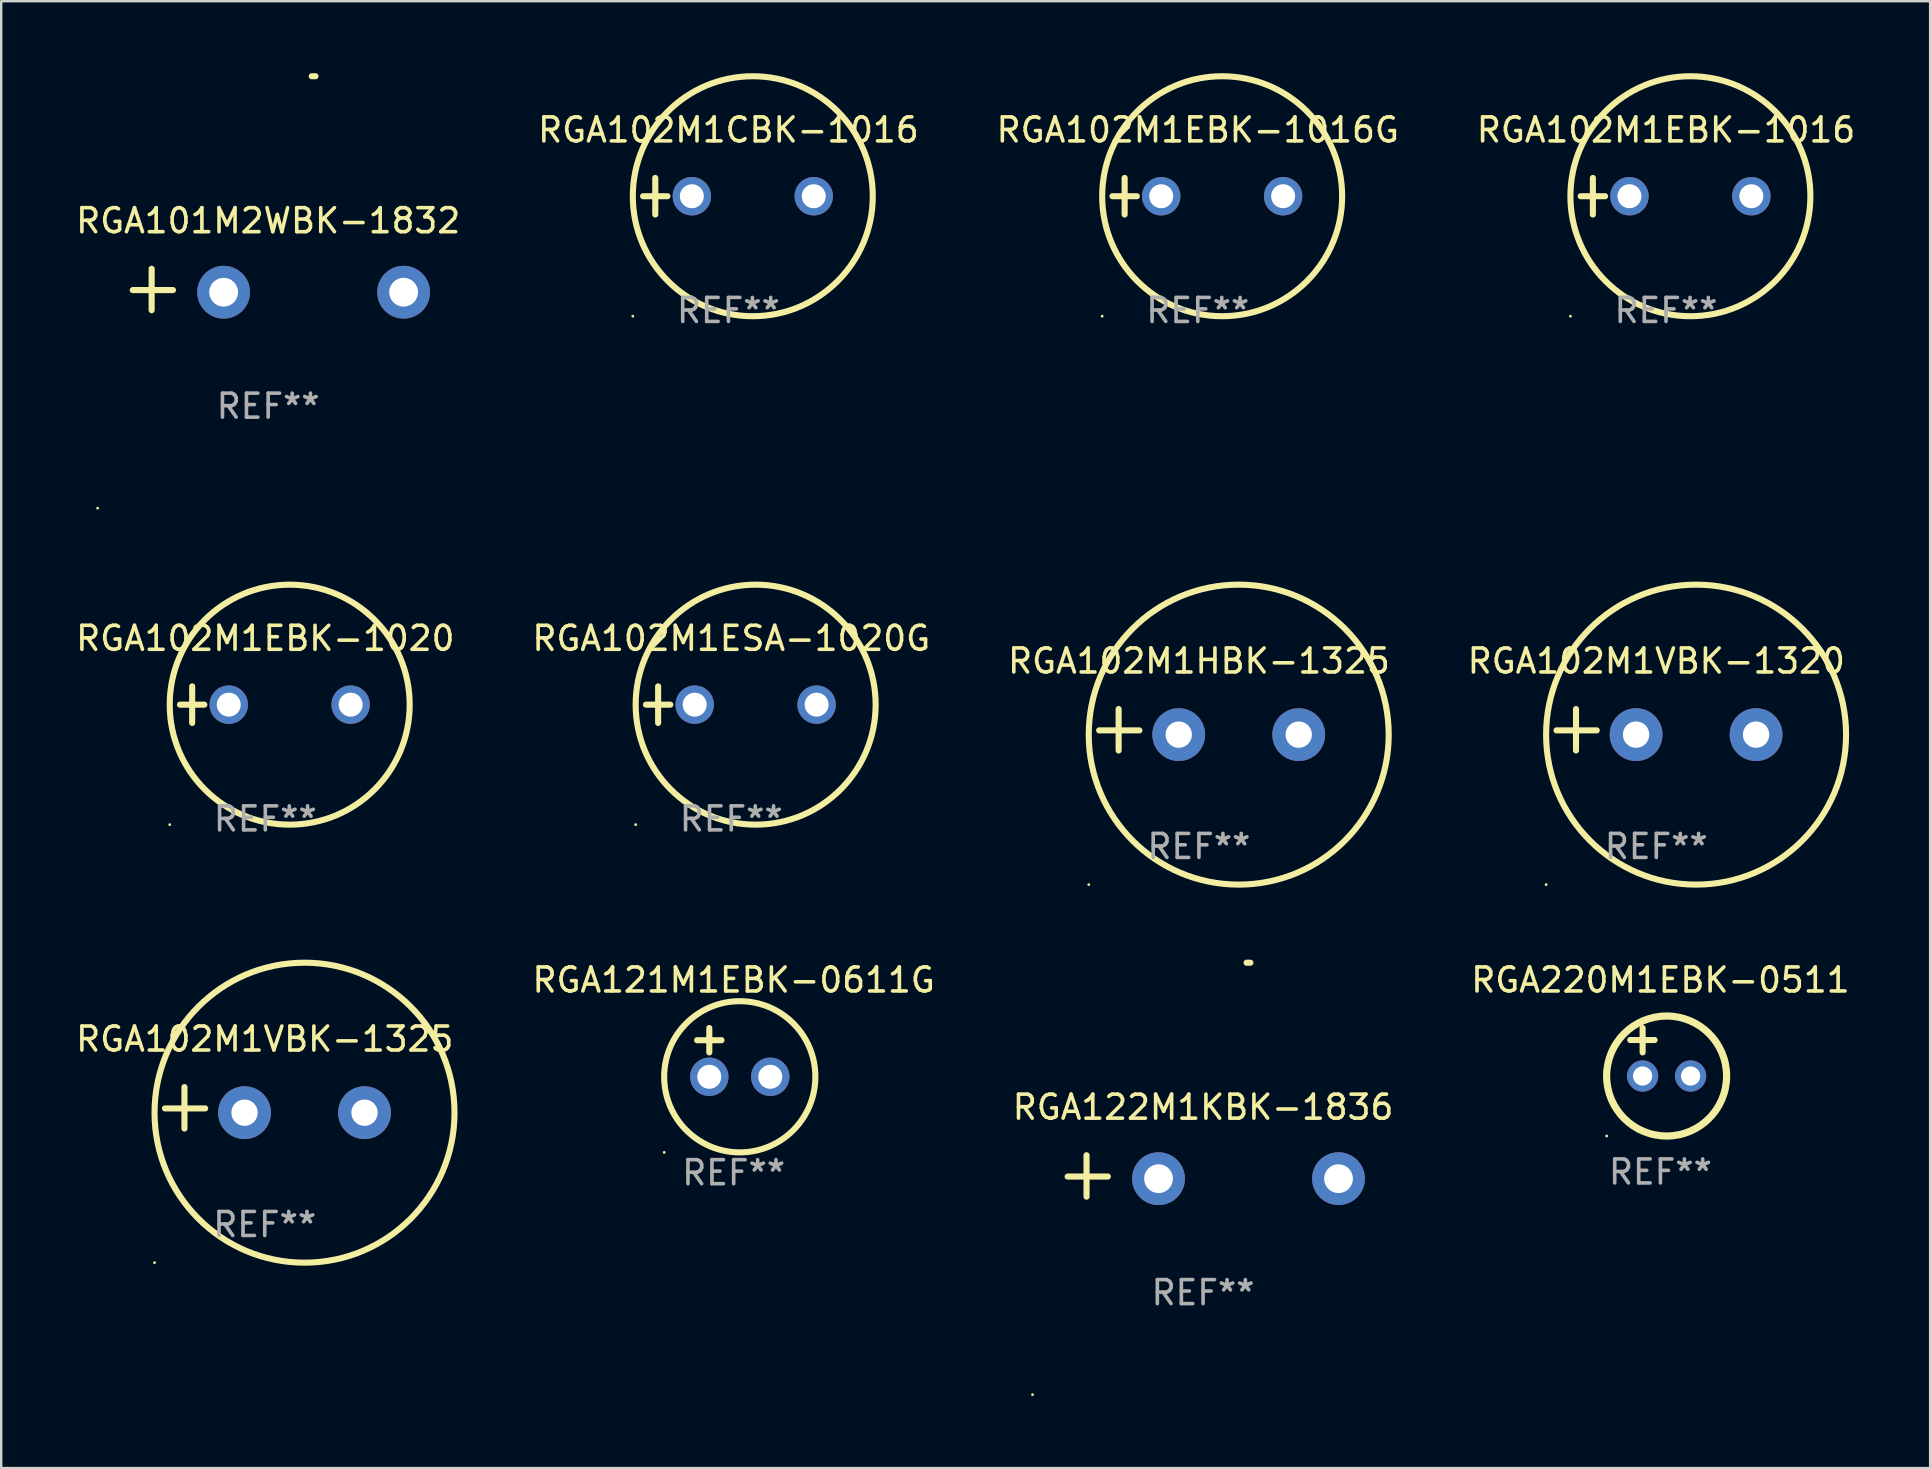
<source format=kicad_pcb>
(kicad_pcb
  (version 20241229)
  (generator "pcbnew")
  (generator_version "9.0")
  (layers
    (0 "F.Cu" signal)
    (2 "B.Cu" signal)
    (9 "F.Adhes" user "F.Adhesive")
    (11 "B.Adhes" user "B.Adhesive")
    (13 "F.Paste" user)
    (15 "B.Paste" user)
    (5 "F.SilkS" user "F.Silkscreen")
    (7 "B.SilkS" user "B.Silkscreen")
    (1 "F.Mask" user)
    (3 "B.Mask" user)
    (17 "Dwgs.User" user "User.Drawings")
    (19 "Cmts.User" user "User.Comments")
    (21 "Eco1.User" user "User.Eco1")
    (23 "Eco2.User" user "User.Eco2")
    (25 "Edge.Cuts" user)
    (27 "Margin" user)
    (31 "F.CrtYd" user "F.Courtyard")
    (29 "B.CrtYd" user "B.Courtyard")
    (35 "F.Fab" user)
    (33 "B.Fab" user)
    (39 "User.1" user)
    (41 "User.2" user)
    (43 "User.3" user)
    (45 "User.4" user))
  (footprint "RGA102M1EBK-1016G"
    (layer "F.Cu")
    (at 46.863 5.127)
    (property "Reference" "RGA102M1EBK-1016G" (at 0 -2.762 0) (layer "F.SilkS") (effects (font (size 1 1) (thickness 0.15))))
    (attr through_hole)
    (fp_line (start -3.556 0) (end -2.54 0) (stroke (width 0.254) (type solid)) (layer "F.SilkS"))
    (fp_line (start -3.048 -0.762) (end -3.048 0.762) (stroke (width 0.254) (type solid)) (layer "F.SilkS"))
    (fp_circle (center -3.984 5) (end -3.954 5) (stroke (width 0.06) (type solid)) (fill no) (layer "F.SilkS"))
    (fp_circle (center 1.016 0) (end 6.016 0) (stroke (width 0.254) (type solid)) (fill no) (layer "F.SilkS"))
    (fp_text user "REF**" (at 0 4.762 0) (layer "F.Fab") (effects (font (size 1 1) (thickness 0.15))))
    (pad "1" thru_hole circle (at -1.524 0) (size 1.6 1.6) (drill 1) (layers "*.Cu" "*.Mask"))
    (pad "2" thru_hole circle (at 3.556 0) (size 1.6 1.6) (drill 1) (layers "*.Cu" "*.Mask")))
  (footprint "RGA102M1CBK-1016"
    (layer "F.Cu")
    (at 27.304 5.127)
    (property "Reference" "RGA102M1CBK-1016" (at 0 -2.762 0) (layer "F.SilkS") (effects (font (size 1 1) (thickness 0.15))))
    (attr through_hole)
    (fp_line (start -3.556 0) (end -2.54 0) (stroke (width 0.254) (type solid)) (layer "F.SilkS"))
    (fp_line (start -3.048 -0.762) (end -3.048 0.762) (stroke (width 0.254) (type solid)) (layer "F.SilkS"))
    (fp_circle (center -3.984 5) (end -3.954 5) (stroke (width 0.06) (type solid)) (fill no) (layer "F.SilkS"))
    (fp_circle (center 1.016 0) (end 6.016 0) (stroke (width 0.254) (type solid)) (fill no) (layer "F.SilkS"))
    (fp_text user "REF**" (at 0 4.762 0) (layer "F.Fab") (effects (font (size 1 1) (thickness 0.15))))
    (pad "1" thru_hole circle (at -1.524 0) (size 1.6 1.6) (drill 1) (layers "*.Cu" "*.Mask"))
    (pad "2" thru_hole circle (at 3.556 0) (size 1.6 1.6) (drill 1) (layers "*.Cu" "*.Mask")))
  (footprint "RGA102M1VBK-1320"
    (layer "F.Cu")
    (at 65.97 27.36)
    (property "Reference" "RGA102M1VBK-1320" (at 0 -2.864 0) (layer "F.SilkS") (effects (font (size 1 1) (thickness 0.15))))
    (attr through_hole)
    (fp_line (start -3.346 0.864) (end -3.346 -0.864) (stroke (width 0.254) (type solid)) (layer "F.SilkS"))
    (fp_line (start -2.482 0.025) (end -4.158 0.025) (stroke (width 0.254) (type solid)) (layer "F.SilkS"))
    (fp_circle (center -4.592 6.453) (end -4.562 6.453) (stroke (width 0.06) (type solid)) (fill no) (layer "F.SilkS"))
    (fp_circle (center 1.658 0.203) (end 7.908 0.203) (stroke (width 0.254) (type solid)) (fill no) (layer "F.SilkS"))
    (fp_text user "REF**" (at 0 4.864 0) (layer "F.Fab") (effects (font (size 1 1) (thickness 0.15))))
    (pad "1" thru_hole circle (at -0.842 0.203) (size 2.2 2.2) (drill 1.1) (layers "*.Cu" "*.Mask"))
    (pad "2" thru_hole circle (at 4.158 0.203) (size 2.2 2.2) (drill 1.1) (layers "*.Cu" "*.Mask")))
  (footprint "RGA122M1KBK-1836"
    (layer "F.Cu")
    (at 47.083 45.953)
    (property "Reference" "RGA122M1KBK-1836" (at 0 -2.864 0) (layer "F.SilkS") (effects (font (size 1 1) (thickness 0.15))))
    (attr through_hole)
    (fp_line (start -4.856 0.864) (end -4.856 -0.864) (stroke (width 0.254) (type solid)) (layer "F.SilkS"))
    (fp_line (start -3.967 0.025) (end -5.644 0.025) (stroke (width 0.254) (type solid)) (layer "F.SilkS"))
    (fp_arc (start 1.815024 -8.885649) (mid 1.893764 -8.88599) (end 1.972504 -8.885649) (stroke (width 0.254001) (type solid)) (layer "F.SilkS"))
    (fp_circle (center -7.106 9.114) (end -7.076 9.114) (stroke (width 0.06) (type solid)) (fill no) (layer "F.SilkS"))
    (fp_text user "REF**" (at 0 4.864 0) (layer "F.Fab") (effects (font (size 1 1) (thickness 0.15))))
    (pad "1" thru_hole circle (at -1.856 0.114) (size 2.2 2.2) (drill 1.2) (layers "*.Cu" "*.Mask"))
    (pad "2" thru_hole circle (at 5.644 0.114) (size 2.2 2.2) (drill 1.2) (layers "*.Cu" "*.Mask")))
  (footprint "RGA102M1EBK-1016"
    (layer "F.Cu")
    (at 66.375 5.127)
    (property "Reference" "RGA102M1EBK-1016" (at 0 -2.762 0) (layer "F.SilkS") (effects (font (size 1 1) (thickness 0.15))))
    (attr through_hole)
    (fp_line (start -3.556 0) (end -2.54 0) (stroke (width 0.254) (type solid)) (layer "F.SilkS"))
    (fp_line (start -3.048 -0.762) (end -3.048 0.762) (stroke (width 0.254) (type solid)) (layer "F.SilkS"))
    (fp_circle (center -3.984 5) (end -3.954 5) (stroke (width 0.06) (type solid)) (fill no) (layer "F.SilkS"))
    (fp_circle (center 1.016 0) (end 6.016 0) (stroke (width 0.254) (type solid)) (fill no) (layer "F.SilkS"))
    (fp_text user "REF**" (at 0 4.762 0) (layer "F.Fab") (effects (font (size 1 1) (thickness 0.15))))
    (pad "1" thru_hole circle (at -1.524 0) (size 1.6 1.6) (drill 1) (layers "*.Cu" "*.Mask"))
    (pad "2" thru_hole circle (at 3.556 0) (size 1.6 1.6) (drill 1) (layers "*.Cu" "*.Mask")))
  (footprint "RGA121M1EBK-0611G"
    (layer "F.Cu")
    (at 27.523 40.805)
    (property "Reference" "RGA121M1EBK-0611G" (at 0 -3.016 0) (layer "F.SilkS") (effects (font (size 1 1) (thickness 0.15))))
    (attr through_hole)
    (fp_line (start -1.524 -0.508) (end -0.508 -0.508) (stroke (width 0.254) (type solid)) (layer "F.SilkS"))
    (fp_line (start -1.016 -1.016) (end -1.016 0) (stroke (width 0.254) (type solid)) (layer "F.SilkS"))
    (fp_circle (center -2.896 4.166) (end -2.866 4.166) (stroke (width 0.06) (type solid)) (fill no) (layer "F.SilkS"))
    (fp_circle (center 0.254 1.016) (end 3.404 1.016) (stroke (width 0.254) (type solid)) (fill no) (layer "F.SilkS"))
    (fp_text user "REF**" (at 0 5.016 0) (layer "F.Fab") (effects (font (size 1 1) (thickness 0.15))))
    (pad "1" thru_hole circle (at -1.016 1.016) (size 1.6 1.6) (drill 1) (layers "*.Cu" "*.Mask"))
    (pad "2" thru_hole circle (at 1.524 1.016) (size 1.6 1.6) (drill 1) (layers "*.Cu" "*.Mask")))
  (footprint "RGA102M1HBK-1325"
    (layer "F.Cu")
    (at 46.911 27.36)
    (property "Reference" "RGA102M1HBK-1325" (at 0 -2.864 0) (layer "F.SilkS") (effects (font (size 1 1) (thickness 0.15))))
    (attr through_hole)
    (fp_line (start -3.346 0.864) (end -3.346 -0.864) (stroke (width 0.254) (type solid)) (layer "F.SilkS"))
    (fp_line (start -2.482 0.025) (end -4.158 0.025) (stroke (width 0.254) (type solid)) (layer "F.SilkS"))
    (fp_circle (center -4.592 6.453) (end -4.562 6.453) (stroke (width 0.06) (type solid)) (fill no) (layer "F.SilkS"))
    (fp_circle (center 1.658 0.203) (end 7.908 0.203) (stroke (width 0.254) (type solid)) (fill no) (layer "F.SilkS"))
    (fp_text user "REF**" (at 0 4.864 0) (layer "F.Fab") (effects (font (size 1 1) (thickness 0.15))))
    (pad "1" thru_hole circle (at -0.842 0.203) (size 2.2 2.2) (drill 1.1) (layers "*.Cu" "*.Mask"))
    (pad "2" thru_hole circle (at 4.158 0.203) (size 2.2 2.2) (drill 1.1) (layers "*.Cu" "*.Mask")))
  (footprint "RGA220M1EBK-0511"
    (layer "F.Cu")
    (at 66.142 40.789)
    (property "Reference" "RGA220M1EBK-0511" (at 0 -3 0) (layer "F.SilkS") (effects (font (size 1 1) (thickness 0.15))))
    (attr through_hole)
    (fp_line (start -1.258 -0.5) (end -0.242 -0.5) (stroke (width 0.254) (type solid)) (layer "F.SilkS"))
    (fp_line (start -0.742 -1) (end -0.742 0.016) (stroke (width 0.254) (type solid)) (layer "F.SilkS"))
    (fp_circle (center -2.242 3.5) (end -2.212 3.5) (stroke (width 0.06) (type solid)) (fill no) (layer "F.SilkS"))
    (fp_circle (center 0.258 1) (end 2.758 1) (stroke (width 0.3) (type solid)) (fill no) (layer "F.SilkS"))
    (fp_text user "REF**" (at 0 5 0) (layer "F.Fab") (effects (font (size 1 1) (thickness 0.15))))
    (pad "1" thru_hole circle (at -0.742 1) (size 1.3 1.3) (drill 0.8) (layers "*.Cu" "*.Mask"))
    (pad "2" thru_hole circle (at 1.258 1) (size 1.3 1.3) (drill 0.8) (layers "*.Cu" "*.Mask")))
  (footprint "RGA102M1VBK-1325"
    (layer "F.Cu")
    (at 7.982 43.114)
    (property "Reference" "RGA102M1VBK-1325" (at 0 -2.864 0) (layer "F.SilkS") (effects (font (size 1 1) (thickness 0.15))))
    (attr through_hole)
    (fp_line (start -3.346 0.864) (end -3.346 -0.864) (stroke (width 0.254) (type solid)) (layer "F.SilkS"))
    (fp_line (start -2.482 0.025) (end -4.158 0.025) (stroke (width 0.254) (type solid)) (layer "F.SilkS"))
    (fp_circle (center -4.592 6.453) (end -4.562 6.453) (stroke (width 0.06) (type solid)) (fill no) (layer "F.SilkS"))
    (fp_circle (center 1.658 0.203) (end 7.908 0.203) (stroke (width 0.254) (type solid)) (fill no) (layer "F.SilkS"))
    (fp_text user "REF**" (at 0 4.864 0) (layer "F.Fab") (effects (font (size 1 1) (thickness 0.15))))
    (pad "1" thru_hole circle (at -0.842 0.203) (size 2.2 2.2) (drill 1.1) (layers "*.Cu" "*.Mask"))
    (pad "2" thru_hole circle (at 4.158 0.203) (size 2.2 2.2) (drill 1.1) (layers "*.Cu" "*.Mask")))
  (footprint "RGA102M1ESA-1020G"
    (layer "F.Cu")
    (at 27.423 26.314)
    (property "Reference" "RGA102M1ESA-1020G" (at 0 -2.762 0) (layer "F.SilkS") (effects (font (size 1 1) (thickness 0.15))))
    (attr through_hole)
    (fp_line (start -3.556 0) (end -2.54 0) (stroke (width 0.254) (type solid)) (layer "F.SilkS"))
    (fp_line (start -3.048 -0.762) (end -3.048 0.762) (stroke (width 0.254) (type solid)) (layer "F.SilkS"))
    (fp_circle (center -3.984 5) (end -3.954 5) (stroke (width 0.06) (type solid)) (fill no) (layer "F.SilkS"))
    (fp_circle (center 1.016 0) (end 6.016 0) (stroke (width 0.254) (type solid)) (fill no) (layer "F.SilkS"))
    (fp_text user "REF**" (at 0 4.762 0) (layer "F.Fab") (effects (font (size 1 1) (thickness 0.15))))
    (pad "1" thru_hole circle (at -1.524 0) (size 1.6 1.6) (drill 1) (layers "*.Cu" "*.Mask"))
    (pad "2" thru_hole circle (at 3.556 0) (size 1.6 1.6) (drill 1) (layers "*.Cu" "*.Mask")))
  (footprint "RGA102M1EBK-1020"
    (layer "F.Cu")
    (at 8.006 26.314)
    (property "Reference" "RGA102M1EBK-1020" (at 0 -2.762 0) (layer "F.SilkS") (effects (font (size 1 1) (thickness 0.15))))
    (attr through_hole)
    (fp_line (start -3.556 0) (end -2.54 0) (stroke (width 0.254) (type solid)) (layer "F.SilkS"))
    (fp_line (start -3.048 -0.762) (end -3.048 0.762) (stroke (width 0.254) (type solid)) (layer "F.SilkS"))
    (fp_circle (center -3.984 5) (end -3.954 5) (stroke (width 0.06) (type solid)) (fill no) (layer "F.SilkS"))
    (fp_circle (center 1.016 0) (end 6.016 0) (stroke (width 0.254) (type solid)) (fill no) (layer "F.SilkS"))
    (fp_text user "REF**" (at 0 4.762 0) (layer "F.Fab") (effects (font (size 1 1) (thickness 0.15))))
    (pad "1" thru_hole circle (at -1.524 0) (size 1.6 1.6) (drill 1) (layers "*.Cu" "*.Mask"))
    (pad "2" thru_hole circle (at 3.556 0) (size 1.6 1.6) (drill 1) (layers "*.Cu" "*.Mask")))
  (footprint "RGA101M2WBK-1832"
    (layer "F.Cu")
    (at 8.125 9.013)
    (property "Reference" "RGA101M2WBK-1832" (at 0 -2.864 0) (layer "F.SilkS") (effects (font (size 1 1) (thickness 0.15))))
    (attr through_hole)
    (fp_line (start -4.856 0.864) (end -4.856 -0.864) (stroke (width 0.254) (type solid)) (layer "F.SilkS"))
    (fp_line (start -3.967 0.025) (end -5.644 0.025) (stroke (width 0.254) (type solid)) (layer "F.SilkS"))
    (fp_arc (start 1.815024 -8.885649) (mid 1.893764 -8.88599) (end 1.972504 -8.885649) (stroke (width 0.254001) (type solid)) (layer "F.SilkS"))
    (fp_circle (center -7.106 9.114) (end -7.076 9.114) (stroke (width 0.06) (type solid)) (fill no) (layer "F.SilkS"))
    (fp_text user "REF**" (at 0 4.864 0) (layer "F.Fab") (effects (font (size 1 1) (thickness 0.15))))
    (pad "1" thru_hole circle (at -1.856 0.114) (size 2.2 2.2) (drill 1.2) (layers "*.Cu" "*.Mask"))
    (pad "2" thru_hole circle (at 5.644 0.114) (size 2.2 2.2) (drill 1.2) (layers "*.Cu" "*.Mask")))
  (gr_rect
    (start -3 -3)
    (end 77.381 58.127)
    (stroke (width 0.1) (type default))
    (fill no)
    (layer "Edge.Cuts")))
</source>
